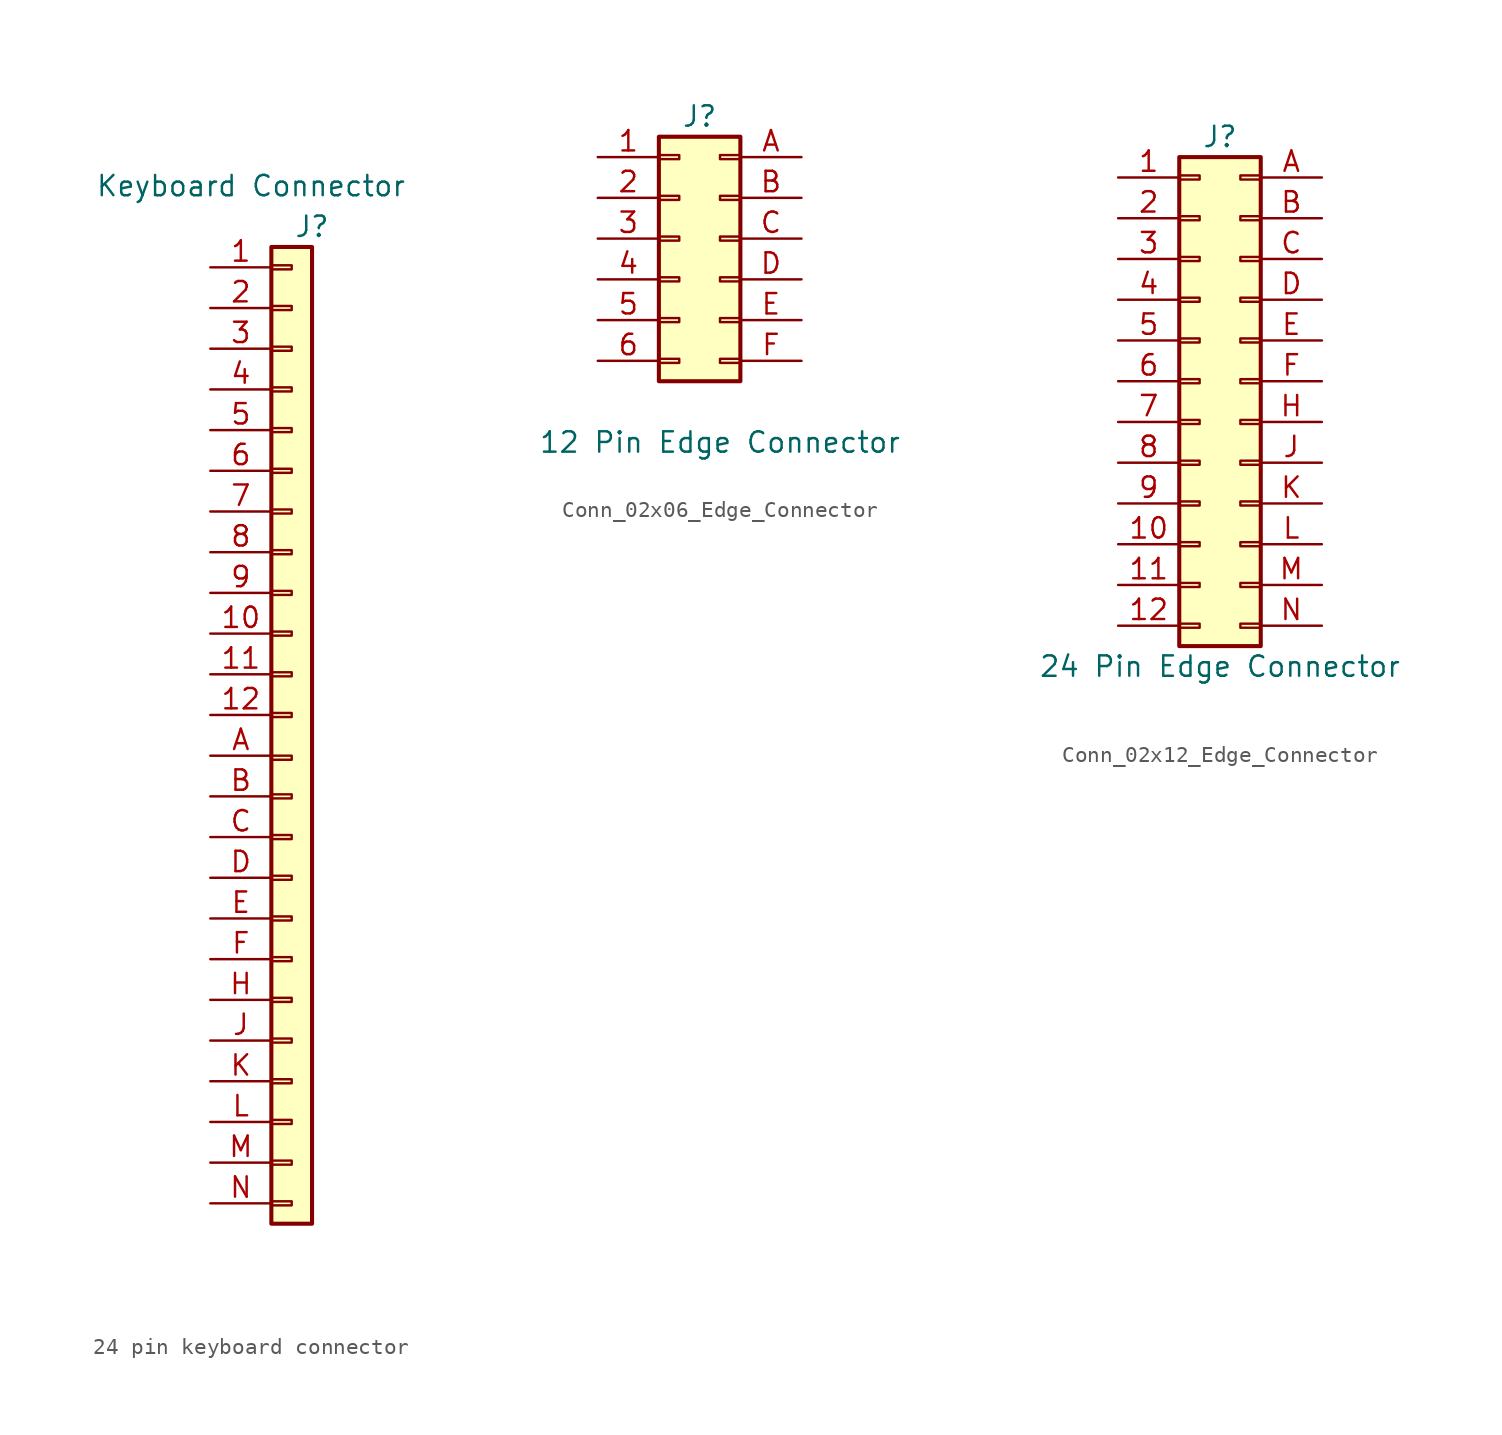
<source format=kicad_sym>
(kicad_symbol_lib
  (version 20220914)
  (generator kicad_symbol_editor)
  (symbol "24 pin keyboard connector"
    (pin_names
      (offset 1.016) hide)
    (property "Reference" "J"
      (at 1.27 15.24 0)
      (effects (font (size 1.27 1.27))))
    (property "Value" "Keyboard Connector"
      (at -2.54 17.78 0)
      (effects (font (size 1.27 1.27))))
    (symbol "24 pin keyboard connector_1_1"
      (rectangle (start -1.27 -45.847) (end 0 -45.593) (stroke (width 0.152) (type default)) (fill (type none)))
      (rectangle (start -1.27 -43.307) (end 0 -43.053) (stroke (width 0.152) (type default)) (fill (type none)))
      (rectangle (start -1.27 -40.767) (end 0 -40.513) (stroke (width 0.152) (type default)) (fill (type none)))
      (rectangle (start -1.27 -38.227) (end 0 -37.973) (stroke (width 0.152) (type default)) (fill (type none)))
      (rectangle (start -1.27 -35.687) (end 0 -35.433) (stroke (width 0.152) (type default)) (fill (type none)))
      (rectangle (start -1.27 -33.147) (end 0 -32.893) (stroke (width 0.152) (type default)) (fill (type none)))
      (rectangle (start -1.27 -30.607) (end 0 -30.353) (stroke (width 0.152) (type default)) (fill (type none)))
      (rectangle (start -1.27 -28.067) (end 0 -27.813) (stroke (width 0.152) (type default)) (fill (type none)))
      (rectangle (start -1.27 -25.527) (end 0 -25.273) (stroke (width 0.152) (type default)) (fill (type none)))
      (rectangle (start -1.27 -22.987) (end 0 -22.733) (stroke (width 0.152) (type default)) (fill (type none)))
      (rectangle (start -1.27 -20.447) (end 0 -20.193) (stroke (width 0.152) (type default)) (fill (type none)))
      (rectangle (start -1.27 -17.78) (end 0 -18.034) (stroke (width 0.152) (type default)) (fill (type none)))
      (rectangle (start -1.27 -15.113) (end 0 -15.367) (stroke (width 0.152) (type default)) (fill (type none)))
      (rectangle (start -1.27 -12.573) (end 0 -12.827) (stroke (width 0.152) (type default)) (fill (type none)))
      (rectangle (start -1.27 -10.033) (end 0 -10.287) (stroke (width 0.152) (type default)) (fill (type none)))
      (rectangle (start -1.27 -7.493) (end 0 -7.747) (stroke (width 0.152) (type default)) (fill (type none)))
      (rectangle (start -1.27 -4.953) (end 0 -5.207) (stroke (width 0.152) (type default)) (fill (type none)))
      (rectangle (start -1.27 -2.413) (end 0 -2.667) (stroke (width 0.152) (type default)) (fill (type none)))
      (rectangle (start -1.27 0.127) (end 0 -0.127) (stroke (width 0.152) (type default)) (fill (type none)))
      (rectangle (start -1.27 2.667) (end 0 2.413) (stroke (width 0.152) (type default)) (fill (type none)))
      (rectangle (start -1.27 5.207) (end 0 4.953) (stroke (width 0.152) (type default)) (fill (type none)))
      (rectangle (start -1.27 7.747) (end 0 7.493) (stroke (width 0.152) (type default)) (fill (type none)))
      (rectangle (start -1.27 10.287) (end 0 10.033) (stroke (width 0.152) (type default)) (fill (type none)))
      (rectangle (start -1.27 12.827) (end 0 12.573) (stroke (width 0.152) (type default)) (fill (type none)))
      (rectangle (start -1.27 13.97) (end 1.27 -46.99) (stroke (width 0.254) (type default)) (fill (type background)))
      (pin passive line (at -5.08 12.7 0) (length 3.81) (name "Pin_1" (effects (font (size 1.27 1.27)))) (number "1" (effects (font (size 1.27 1.27)))))
      (pin passive line (at -5.08 -10.16 0) (length 3.81) (name "Pin_10" (effects (font (size 1.27 1.27)))) (number "10" (effects (font (size 1.27 1.27)))))
      (pin passive line (at -5.08 -12.7 0) (length 3.81) (name "Pin_11" (effects (font (size 1.27 1.27)))) (number "11" (effects (font (size 1.27 1.27)))))
      (pin passive line (at -5.08 -15.24 0) (length 3.81) (name "Pin_12" (effects (font (size 1.27 1.27)))) (number "12" (effects (font (size 1.27 1.27)))))
      (pin passive line (at -5.08 10.16 0) (length 3.81) (name "Pin_2" (effects (font (size 1.27 1.27)))) (number "2" (effects (font (size 1.27 1.27)))))
      (pin passive line (at -5.08 7.62 0) (length 3.81) (name "Pin_3" (effects (font (size 1.27 1.27)))) (number "3" (effects (font (size 1.27 1.27)))))
      (pin passive line (at -5.08 5.08 0) (length 3.81) (name "Pin_4" (effects (font (size 1.27 1.27)))) (number "4" (effects (font (size 1.27 1.27)))))
      (pin passive line (at -5.08 2.54 0) (length 3.81) (name "Pin_5" (effects (font (size 1.27 1.27)))) (number "5" (effects (font (size 1.27 1.27)))))
      (pin passive line (at -5.08 0 0) (length 3.81) (name "Pin_6" (effects (font (size 1.27 1.27)))) (number "6" (effects (font (size 1.27 1.27)))))
      (pin passive line (at -5.08 -2.54 0) (length 3.81) (name "Pin_7" (effects (font (size 1.27 1.27)))) (number "7" (effects (font (size 1.27 1.27)))))
      (pin passive line (at -5.08 -5.08 0) (length 3.81) (name "Pin_8" (effects (font (size 1.27 1.27)))) (number "8" (effects (font (size 1.27 1.27)))))
      (pin passive line (at -5.08 -7.62 0) (length 3.81) (name "Pin_9" (effects (font (size 1.27 1.27)))) (number "9" (effects (font (size 1.27 1.27)))))
      (pin passive line (at -5.08 -17.78 0) (length 3.81) (name "Pin_A" (effects (font (size 1.27 1.27)))) (number "A" (effects (font (size 1.27 1.27)))))
      (pin passive line (at -5.08 -20.32 0) (length 3.81) (name "Pin_B" (effects (font (size 1.27 1.27)))) (number "B" (effects (font (size 1.27 1.27)))))
      (pin passive line (at -5.08 -22.86 0) (length 3.81) (name "Pin_C" (effects (font (size 1.27 1.27)))) (number "C" (effects (font (size 1.27 1.27)))))
      (pin passive line (at -5.08 -25.4 0) (length 3.81) (name "Pin_D" (effects (font (size 1.27 1.27)))) (number "D" (effects (font (size 1.27 1.27)))))
      (pin passive line (at -5.08 -27.94 0) (length 3.81) (name "Pin_E" (effects (font (size 1.27 1.27)))) (number "E" (effects (font (size 1.27 1.27)))))
      (pin passive line (at -5.08 -30.48 0) (length 3.81) (name "Pin_F" (effects (font (size 1.27 1.27)))) (number "F" (effects (font (size 1.27 1.27)))))
      (pin passive line (at -5.08 -33.02 0) (length 3.81) (name "Pin_H" (effects (font (size 1.27 1.27)))) (number "H" (effects (font (size 1.27 1.27)))))
      (pin passive line (at -5.08 -35.56 0) (length 3.81) (name "Pin_J" (effects (font (size 1.27 1.27)))) (number "J" (effects (font (size 1.27 1.27)))))
      (pin passive line (at -5.08 -38.1 0) (length 3.81) (name "Pin_K" (effects (font (size 1.27 1.27)))) (number "K" (effects (font (size 1.27 1.27)))))
      (pin passive line (at -5.08 -40.64 0) (length 3.81) (name "Pin_L" (effects (font (size 1.27 1.27)))) (number "L" (effects (font (size 1.27 1.27)))))
      (pin passive line (at -5.08 -43.18 0) (length 3.81) (name "Pin_M" (effects (font (size 1.27 1.27)))) (number "M" (effects (font (size 1.27 1.27)))))
      (pin passive line (at -5.08 -45.72 0) (length 3.81) (name "Pin_N" (effects (font (size 1.27 1.27)))) (number "N" (effects (font (size 1.27 1.27)))))))
  (symbol "Conn_02x06_Edge_Connector"
    (pin_names
      (offset 1.016) hide)
    (property "Reference" "J"
      (at 0 8.89 0)
      (effects (font (size 1.27 1.27))))
    (property "Value" "12 Pin Edge Connector"
      (at 1.27 -11.43 0)
      (effects (font (size 1.27 1.27))))
    (symbol "Conn_02x06_Edge_Connector_1_1"
      (rectangle (start -2.54 -6.223) (end -1.27 -6.477) (stroke (width 0.152) (type default)) (fill (type none)))
      (rectangle (start -2.54 -3.683) (end -1.27 -3.937) (stroke (width 0.152) (type default)) (fill (type none)))
      (rectangle (start -2.54 -1.143) (end -1.27 -1.397) (stroke (width 0.152) (type default)) (fill (type none)))
      (rectangle (start -2.54 1.397) (end -1.27 1.143) (stroke (width 0.152) (type default)) (fill (type none)))
      (rectangle (start -2.54 3.937) (end -1.27 3.683) (stroke (width 0.152) (type default)) (fill (type none)))
      (rectangle (start -2.54 6.477) (end -1.27 6.223) (stroke (width 0.152) (type default)) (fill (type none)))
      (rectangle (start -2.54 7.62) (end 2.54 -7.62) (stroke (width 0.254) (type default)) (fill (type background)))
      (rectangle (start 2.54 -6.223) (end 1.27 -6.477) (stroke (width 0.152) (type default)) (fill (type none)))
      (rectangle (start 2.54 -3.683) (end 1.27 -3.937) (stroke (width 0.152) (type default)) (fill (type none)))
      (rectangle (start 2.54 -1.143) (end 1.27 -1.397) (stroke (width 0.152) (type default)) (fill (type none)))
      (rectangle (start 2.54 1.397) (end 1.27 1.143) (stroke (width 0.152) (type default)) (fill (type none)))
      (rectangle (start 2.54 3.937) (end 1.27 3.683) (stroke (width 0.152) (type default)) (fill (type none)))
      (rectangle (start 2.54 6.477) (end 1.27 6.223) (stroke (width 0.152) (type default)) (fill (type none)))
      (pin passive line (at -6.35 6.35 0) (length 3.81) (name "Pin_1" (effects (font (size 1.27 1.27)))) (number "1" (effects (font (size 1.27 1.27)))))
      (pin passive line (at -6.35 3.81 0) (length 3.81) (name "Pin_2" (effects (font (size 1.27 1.27)))) (number "2" (effects (font (size 1.27 1.27)))))
      (pin passive line (at -6.35 1.27 0) (length 3.81) (name "Pin_3" (effects (font (size 1.27 1.27)))) (number "3" (effects (font (size 1.27 1.27)))))
      (pin passive line (at -6.35 -1.27 0) (length 3.81) (name "Pin_4" (effects (font (size 1.27 1.27)))) (number "4" (effects (font (size 1.27 1.27)))))
      (pin passive line (at -6.35 -3.81 0) (length 3.81) (name "Pin_5" (effects (font (size 1.27 1.27)))) (number "5" (effects (font (size 1.27 1.27)))))
      (pin passive line (at -6.35 -6.35 0) (length 3.81) (name "Pin_6" (effects (font (size 1.27 1.27)))) (number "6" (effects (font (size 1.27 1.27)))))
      (pin passive line (at 6.35 6.35 180) (length 3.81) (name "Pin_A" (effects (font (size 1.27 1.27)))) (number "A" (effects (font (size 1.27 1.27)))))
      (pin passive line (at 6.35 3.81 180) (length 3.81) (name "Pin_B" (effects (font (size 1.27 1.27)))) (number "B" (effects (font (size 1.27 1.27)))))
      (pin passive line (at 6.35 1.27 180) (length 3.81) (name "Pin_C" (effects (font (size 1.27 1.27)))) (number "C" (effects (font (size 1.27 1.27)))))
      (pin passive line (at 6.35 -1.27 180) (length 3.81) (name "Pin_D" (effects (font (size 1.27 1.27)))) (number "D" (effects (font (size 1.27 1.27)))))
      (pin passive line (at 6.35 -3.81 180) (length 3.81) (name "Pin_E" (effects (font (size 1.27 1.27)))) (number "E" (effects (font (size 1.27 1.27)))))
      (pin passive line (at 6.35 -6.35 180) (length 3.81) (name "Pin_F" (effects (font (size 1.27 1.27)))) (number "F" (effects (font (size 1.27 1.27)))))))
  (symbol "Conn_02x12_Edge_Connector"
    (pin_names
      (offset 1.016) hide)
    (property "Reference" "J"
      (at 1.27 15.24 0)
      (effects (font (size 1.27 1.27))))
    (property "Value" "24 Pin Edge Connector"
      (at 1.27 -17.78 0)
      (effects (font (size 1.27 1.27))))
    (symbol "Conn_02x12_Edge_Connector_1_1"
      (rectangle (start -1.27 -15.113) (end 0 -15.367) (stroke (width 0.152) (type default)) (fill (type none)))
      (rectangle (start -1.27 -12.573) (end 0 -12.827) (stroke (width 0.152) (type default)) (fill (type none)))
      (rectangle (start -1.27 -10.033) (end 0 -10.287) (stroke (width 0.152) (type default)) (fill (type none)))
      (rectangle (start -1.27 -7.493) (end 0 -7.747) (stroke (width 0.152) (type default)) (fill (type none)))
      (rectangle (start -1.27 -4.953) (end 0 -5.207) (stroke (width 0.152) (type default)) (fill (type none)))
      (rectangle (start -1.27 -2.413) (end 0 -2.667) (stroke (width 0.152) (type default)) (fill (type none)))
      (rectangle (start -1.27 0.127) (end 0 -0.127) (stroke (width 0.152) (type default)) (fill (type none)))
      (rectangle (start -1.27 2.667) (end 0 2.413) (stroke (width 0.152) (type default)) (fill (type none)))
      (rectangle (start -1.27 5.207) (end 0 4.953) (stroke (width 0.152) (type default)) (fill (type none)))
      (rectangle (start -1.27 7.747) (end 0 7.493) (stroke (width 0.152) (type default)) (fill (type none)))
      (rectangle (start -1.27 10.287) (end 0 10.033) (stroke (width 0.152) (type default)) (fill (type none)))
      (rectangle (start -1.27 12.827) (end 0 12.573) (stroke (width 0.152) (type default)) (fill (type none)))
      (rectangle (start -1.27 13.97) (end 3.81 -16.51) (stroke (width 0.254) (type default)) (fill (type background)))
      (rectangle (start 3.81 -15.113) (end 2.54 -15.367) (stroke (width 0.152) (type default)) (fill (type none)))
      (rectangle (start 3.81 -12.573) (end 2.54 -12.827) (stroke (width 0.152) (type default)) (fill (type none)))
      (rectangle (start 3.81 -10.033) (end 2.54 -10.287) (stroke (width 0.152) (type default)) (fill (type none)))
      (rectangle (start 3.81 -7.493) (end 2.54 -7.747) (stroke (width 0.152) (type default)) (fill (type none)))
      (rectangle (start 3.81 -4.953) (end 2.54 -5.207) (stroke (width 0.152) (type default)) (fill (type none)))
      (rectangle (start 3.81 -2.413) (end 2.54 -2.667) (stroke (width 0.152) (type default)) (fill (type none)))
      (rectangle (start 3.81 0.127) (end 2.54 -0.127) (stroke (width 0.152) (type default)) (fill (type none)))
      (rectangle (start 3.81 2.667) (end 2.54 2.413) (stroke (width 0.152) (type default)) (fill (type none)))
      (rectangle (start 3.81 5.207) (end 2.54 4.953) (stroke (width 0.152) (type default)) (fill (type none)))
      (rectangle (start 3.81 7.747) (end 2.54 7.493) (stroke (width 0.152) (type default)) (fill (type none)))
      (rectangle (start 3.81 10.287) (end 2.54 10.033) (stroke (width 0.152) (type default)) (fill (type none)))
      (rectangle (start 3.81 12.827) (end 2.54 12.573) (stroke (width 0.152) (type default)) (fill (type none)))
      (pin passive line (at -5.08 12.7 0) (length 3.81) (name "Pin_1" (effects (font (size 1.27 1.27)))) (number "1" (effects (font (size 1.27 1.27)))))
      (pin passive line (at -5.08 -10.16 0) (length 3.81) (name "Pin_10" (effects (font (size 1.27 1.27)))) (number "10" (effects (font (size 1.27 1.27)))))
      (pin passive line (at -5.08 -12.7 0) (length 3.81) (name "Pin_11" (effects (font (size 1.27 1.27)))) (number "11" (effects (font (size 1.27 1.27)))))
      (pin passive line (at -5.08 -15.24 0) (length 3.81) (name "Pin_12" (effects (font (size 1.27 1.27)))) (number "12" (effects (font (size 1.27 1.27)))))
      (pin passive line (at -5.08 10.16 0) (length 3.81) (name "Pin_2" (effects (font (size 1.27 1.27)))) (number "2" (effects (font (size 1.27 1.27)))))
      (pin passive line (at -5.08 7.62 0) (length 3.81) (name "Pin_3" (effects (font (size 1.27 1.27)))) (number "3" (effects (font (size 1.27 1.27)))))
      (pin passive line (at -5.08 5.08 0) (length 3.81) (name "Pin_4" (effects (font (size 1.27 1.27)))) (number "4" (effects (font (size 1.27 1.27)))))
      (pin passive line (at -5.08 2.54 0) (length 3.81) (name "Pin_5" (effects (font (size 1.27 1.27)))) (number "5" (effects (font (size 1.27 1.27)))))
      (pin passive line (at -5.08 0 0) (length 3.81) (name "Pin_6" (effects (font (size 1.27 1.27)))) (number "6" (effects (font (size 1.27 1.27)))))
      (pin passive line (at -5.08 -2.54 0) (length 3.81) (name "Pin_7" (effects (font (size 1.27 1.27)))) (number "7" (effects (font (size 1.27 1.27)))))
      (pin passive line (at -5.08 -5.08 0) (length 3.81) (name "Pin_8" (effects (font (size 1.27 1.27)))) (number "8" (effects (font (size 1.27 1.27)))))
      (pin passive line (at -5.08 -7.62 0) (length 3.81) (name "Pin_9" (effects (font (size 1.27 1.27)))) (number "9" (effects (font (size 1.27 1.27)))))
      (pin passive line (at 7.62 12.7 180) (length 3.81) (name "Pin_A" (effects (font (size 1.27 1.27)))) (number "A" (effects (font (size 1.27 1.27)))))
      (pin passive line (at 7.62 10.16 180) (length 3.81) (name "Pin_B" (effects (font (size 1.27 1.27)))) (number "B" (effects (font (size 1.27 1.27)))))
      (pin passive line (at 7.62 7.62 180) (length 3.81) (name "Pin_C" (effects (font (size 1.27 1.27)))) (number "C" (effects (font (size 1.27 1.27)))))
      (pin passive line (at 7.62 5.08 180) (length 3.81) (name "Pin_D" (effects (font (size 1.27 1.27)))) (number "D" (effects (font (size 1.27 1.27)))))
      (pin passive line (at 7.62 2.54 180) (length 3.81) (name "Pin_E" (effects (font (size 1.27 1.27)))) (number "E" (effects (font (size 1.27 1.27)))))
      (pin passive line (at 7.62 0 180) (length 3.81) (name "Pin_F" (effects (font (size 1.27 1.27)))) (number "F" (effects (font (size 1.27 1.27)))))
      (pin passive line (at 7.62 -2.54 180) (length 3.81) (name "Pin_H" (effects (font (size 1.27 1.27)))) (number "H" (effects (font (size 1.27 1.27)))))
      (pin passive line (at 7.62 -5.08 180) (length 3.81) (name "Pin_J" (effects (font (size 1.27 1.27)))) (number "J" (effects (font (size 1.27 1.27)))))
      (pin passive line (at 7.62 -7.62 180) (length 3.81) (name "Pin_K" (effects (font (size 1.27 1.27)))) (number "K" (effects (font (size 1.27 1.27)))))
      (pin passive line (at 7.62 -10.16 180) (length 3.81) (name "Pin_L" (effects (font (size 1.27 1.27)))) (number "L" (effects (font (size 1.27 1.27)))))
      (pin passive line (at 7.62 -12.7 180) (length 3.81) (name "Pin_M" (effects (font (size 1.27 1.27)))) (number "M" (effects (font (size 1.27 1.27)))))
      (pin passive line (at 7.62 -15.24 180) (length 3.81) (name "Pin_N" (effects (font (size 1.27 1.27)))) (number "N" (effects (font (size 1.27 1.27))))))))
</source>
